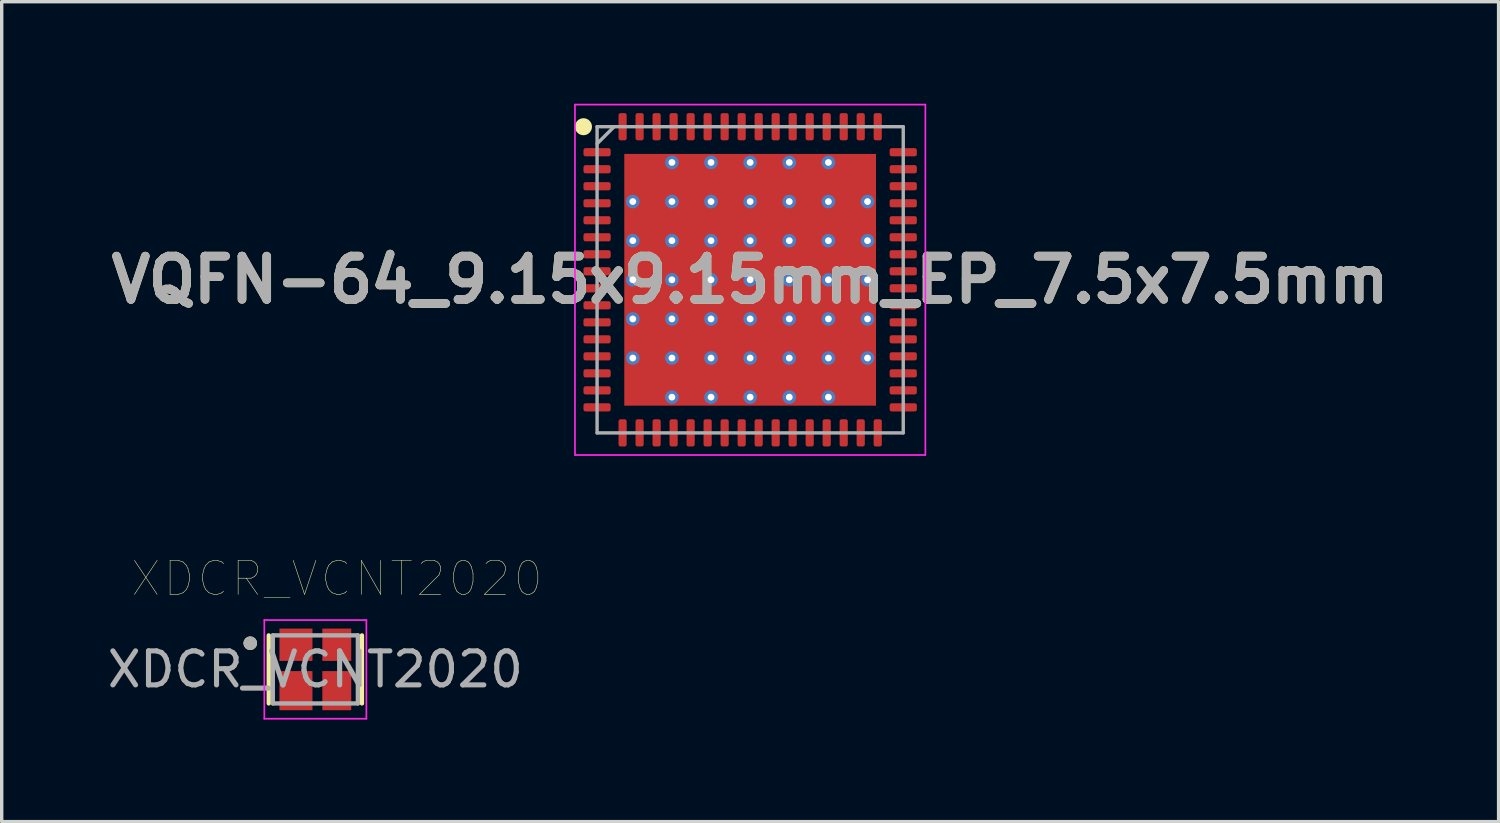
<source format=kicad_pcb>
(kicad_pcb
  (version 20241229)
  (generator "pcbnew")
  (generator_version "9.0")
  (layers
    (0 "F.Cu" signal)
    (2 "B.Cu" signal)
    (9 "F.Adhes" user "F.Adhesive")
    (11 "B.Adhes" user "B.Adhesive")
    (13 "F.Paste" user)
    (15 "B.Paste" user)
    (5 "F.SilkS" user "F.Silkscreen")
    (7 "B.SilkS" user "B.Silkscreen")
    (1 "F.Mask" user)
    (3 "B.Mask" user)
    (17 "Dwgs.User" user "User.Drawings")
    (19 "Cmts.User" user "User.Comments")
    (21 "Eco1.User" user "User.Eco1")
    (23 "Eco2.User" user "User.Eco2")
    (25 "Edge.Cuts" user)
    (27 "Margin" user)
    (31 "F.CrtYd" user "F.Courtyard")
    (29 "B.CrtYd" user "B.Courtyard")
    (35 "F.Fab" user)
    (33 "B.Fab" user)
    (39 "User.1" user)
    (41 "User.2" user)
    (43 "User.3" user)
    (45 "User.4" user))
  (footprint "VQFN-64_9.15x9.15mm_EP_7.5x7.5mm"
    (layer "F.Cu")
    (at 16.782 2.275)
    (property "Reference" "VQFN-64_9.15x9.15mm_EP_7.5x7.5mm" (at 2.22 2.9 0) (layer "F.SilkS") (effects (font (size 1.27 1.27) (thickness 0.254))))
    (attr smd)
    (fp_circle (center -2.68 -1.6) (end -2.68 -1.475) (stroke (width 0.25) (type solid)) (fill no) (layer "F.SilkS"))
    (fp_rect (start -1.16 -0.48) (end -0.2 0.48) (stroke (width 0.1) (type solid)) (fill yes) (layer "F.Paste"))
    (fp_rect (start -1.16 0.68) (end -0.2 1.64) (stroke (width 0.1) (type solid)) (fill yes) (layer "F.Paste"))
    (fp_rect (start -1.16 1.84) (end -0.2 2.8) (stroke (width 0.1) (type solid)) (fill yes) (layer "F.Paste"))
    (fp_rect (start -1.16 3) (end -0.2 3.96) (stroke (width 0.1) (type solid)) (fill yes) (layer "F.Paste"))
    (fp_rect (start -1.16 4.16) (end -0.2 5.12) (stroke (width 0.1) (type solid)) (fill yes) (layer "F.Paste"))
    (fp_rect (start -1.16 5.32) (end -0.2 6.28) (stroke (width 0.1) (type solid)) (fill yes) (layer "F.Paste"))
    (fp_rect (start 0 -0.48) (end 0.96 0.48) (stroke (width 0.1) (type solid)) (fill yes) (layer "F.Paste"))
    (fp_rect (start 0 0.68) (end 0.96 1.64) (stroke (width 0.1) (type solid)) (fill yes) (layer "F.Paste"))
    (fp_rect (start 0 1.84) (end 0.96 2.8) (stroke (width 0.1) (type solid)) (fill yes) (layer "F.Paste"))
    (fp_rect (start 0 3) (end 0.96 3.96) (stroke (width 0.1) (type solid)) (fill yes) (layer "F.Paste"))
    (fp_rect (start 0 4.16) (end 0.96 5.12) (stroke (width 0.1) (type solid)) (fill yes) (layer "F.Paste"))
    (fp_rect (start 0 5.32) (end 0.96 6.28) (stroke (width 0.1) (type solid)) (fill yes) (layer "F.Paste"))
    (fp_rect (start 1.16 -0.48) (end 2.12 0.48) (stroke (width 0.1) (type solid)) (fill yes) (layer "F.Paste"))
    (fp_rect (start 1.16 0.68) (end 2.12 1.64) (stroke (width 0.1) (type solid)) (fill yes) (layer "F.Paste"))
    (fp_rect (start 1.16 1.84) (end 2.12 2.8) (stroke (width 0.1) (type solid)) (fill yes) (layer "F.Paste"))
    (fp_rect (start 1.16 3) (end 2.12 3.96) (stroke (width 0.1) (type solid)) (fill yes) (layer "F.Paste"))
    (fp_rect (start 1.16 4.16) (end 2.12 5.12) (stroke (width 0.1) (type solid)) (fill yes) (layer "F.Paste"))
    (fp_rect (start 1.16 5.32) (end 2.12 6.28) (stroke (width 0.1) (type solid)) (fill yes) (layer "F.Paste"))
    (fp_rect (start 2.32 -0.48) (end 3.28 0.48) (stroke (width 0.1) (type solid)) (fill yes) (layer "F.Paste"))
    (fp_rect (start 2.32 0.68) (end 3.28 1.64) (stroke (width 0.1) (type solid)) (fill yes) (layer "F.Paste"))
    (fp_rect (start 2.32 1.84) (end 3.28 2.8) (stroke (width 0.1) (type solid)) (fill yes) (layer "F.Paste"))
    (fp_rect (start 2.32 3) (end 3.28 3.96) (stroke (width 0.1) (type solid)) (fill yes) (layer "F.Paste"))
    (fp_rect (start 2.32 4.16) (end 3.28 5.12) (stroke (width 0.1) (type solid)) (fill yes) (layer "F.Paste"))
    (fp_rect (start 2.32 5.32) (end 3.28 6.28) (stroke (width 0.1) (type solid)) (fill yes) (layer "F.Paste"))
    (fp_rect (start 3.48 -0.48) (end 4.44 0.48) (stroke (width 0.1) (type solid)) (fill yes) (layer "F.Paste"))
    (fp_rect (start 3.48 0.68) (end 4.44 1.64) (stroke (width 0.1) (type solid)) (fill yes) (layer "F.Paste"))
    (fp_rect (start 3.48 1.84) (end 4.44 2.8) (stroke (width 0.1) (type solid)) (fill yes) (layer "F.Paste"))
    (fp_rect (start 3.48 3) (end 4.44 3.96) (stroke (width 0.1) (type solid)) (fill yes) (layer "F.Paste"))
    (fp_rect (start 3.48 4.16) (end 4.44 5.12) (stroke (width 0.1) (type solid)) (fill yes) (layer "F.Paste"))
    (fp_rect (start 3.48 5.32) (end 4.44 6.28) (stroke (width 0.1) (type solid)) (fill yes) (layer "F.Paste"))
    (fp_rect (start 4.64 -0.48) (end 5.6 0.48) (stroke (width 0.1) (type solid)) (fill yes) (layer "F.Paste"))
    (fp_rect (start 4.64 0.68) (end 5.6 1.64) (stroke (width 0.1) (type solid)) (fill yes) (layer "F.Paste"))
    (fp_rect (start 4.64 1.84) (end 5.6 2.8) (stroke (width 0.1) (type solid)) (fill yes) (layer "F.Paste"))
    (fp_rect (start 4.64 3) (end 5.6 3.96) (stroke (width 0.1) (type solid)) (fill yes) (layer "F.Paste"))
    (fp_rect (start 4.64 4.16) (end 5.6 5.12) (stroke (width 0.1) (type solid)) (fill yes) (layer "F.Paste"))
    (fp_rect (start 4.64 5.32) (end 5.6 6.28) (stroke (width 0.1) (type solid)) (fill yes) (layer "F.Paste"))
    (fp_line (start -2.93 -2.25) (end 7.37 -2.25) (stroke (width 0.05) (type solid)) (layer "F.CrtYd"))
    (fp_line (start -2.93 8.05) (end -2.93 -2.25) (stroke (width 0.05) (type solid)) (layer "F.CrtYd"))
    (fp_line (start 7.37 -2.25) (end 7.37 8.05) (stroke (width 0.05) (type solid)) (layer "F.CrtYd"))
    (fp_line (start 7.37 8.05) (end -2.93 8.05) (stroke (width 0.05) (type solid)) (layer "F.CrtYd"))
    (fp_line (start -2.28 -1.6) (end 6.72 -1.6) (stroke (width 0.1) (type solid)) (layer "F.Fab"))
    (fp_line (start -2.28 -1.1) (end -1.78 -1.6) (stroke (width 0.1) (type solid)) (layer "F.Fab"))
    (fp_line (start -2.28 7.4) (end -2.28 -1.6) (stroke (width 0.1) (type solid)) (layer "F.Fab"))
    (fp_line (start 6.72 -1.6) (end 6.72 7.4) (stroke (width 0.1) (type solid)) (layer "F.Fab"))
    (fp_line (start 6.72 7.4) (end -2.28 7.4) (stroke (width 0.1) (type solid)) (layer "F.Fab"))
    (fp_text user "${REFERENCE}" (at 2.22 2.9 0) (layer "F.Fab") (effects (font (size 1.27 1.27) (thickness 0.254))))
    (pad "1" smd roundrect (at -2.28 -0.85 90) (size 0.24 0.8) (layers "F.Cu" "F.Mask" "F.Paste") (roundrect_rratio 0.25))
    (pad "2" smd roundrect (at -2.28 -0.35 90) (size 0.24 0.8) (layers "F.Cu" "F.Mask" "F.Paste") (roundrect_rratio 0.25))
    (pad "3" smd roundrect (at -2.28 0.15 90) (size 0.24 0.8) (layers "F.Cu" "F.Mask" "F.Paste") (roundrect_rratio 0.25))
    (pad "4" smd roundrect (at -2.28 0.65 90) (size 0.24 0.8) (layers "F.Cu" "F.Mask" "F.Paste") (roundrect_rratio 0.25))
    (pad "5" smd roundrect (at -2.28 1.15 90) (size 0.24 0.8) (layers "F.Cu" "F.Mask" "F.Paste") (roundrect_rratio 0.25))
    (pad "6" smd roundrect (at -2.28 1.65 90) (size 0.24 0.8) (layers "F.Cu" "F.Mask" "F.Paste") (roundrect_rratio 0.25))
    (pad "7" smd roundrect (at -2.28 2.15 90) (size 0.24 0.8) (layers "F.Cu" "F.Mask" "F.Paste") (roundrect_rratio 0.25))
    (pad "8" smd roundrect (at -2.28 2.65 90) (size 0.24 0.8) (layers "F.Cu" "F.Mask" "F.Paste") (roundrect_rratio 0.25))
    (pad "9" smd roundrect (at -2.28 3.15 90) (size 0.24 0.8) (layers "F.Cu" "F.Mask" "F.Paste") (roundrect_rratio 0.25))
    (pad "10" smd roundrect (at -2.28 3.65 90) (size 0.24 0.8) (layers "F.Cu" "F.Mask" "F.Paste") (roundrect_rratio 0.25))
    (pad "11" smd roundrect (at -2.28 4.15 90) (size 0.24 0.8) (layers "F.Cu" "F.Mask" "F.Paste") (roundrect_rratio 0.25))
    (pad "12" smd roundrect (at -2.28 4.65 90) (size 0.24 0.8) (layers "F.Cu" "F.Mask" "F.Paste") (roundrect_rratio 0.25))
    (pad "13" smd roundrect (at -2.28 5.15 90) (size 0.24 0.8) (layers "F.Cu" "F.Mask" "F.Paste") (roundrect_rratio 0.25))
    (pad "14" smd roundrect (at -2.28 5.65 90) (size 0.24 0.8) (layers "F.Cu" "F.Mask" "F.Paste") (roundrect_rratio 0.25))
    (pad "15" smd roundrect (at -2.28 6.15 90) (size 0.24 0.8) (layers "F.Cu" "F.Mask" "F.Paste") (roundrect_rratio 0.25))
    (pad "16" smd roundrect (at -2.28 6.65 90) (size 0.24 0.8) (layers "F.Cu" "F.Mask" "F.Paste") (roundrect_rratio 0.25))
    (pad "17" smd roundrect (at -1.53 7.4) (size 0.24 0.8) (layers "F.Cu" "F.Mask" "F.Paste") (roundrect_rratio 0.25))
    (pad "18" smd roundrect (at -1.03 7.4) (size 0.24 0.8) (layers "F.Cu" "F.Mask" "F.Paste") (roundrect_rratio 0.25))
    (pad "19" smd roundrect (at -0.53 7.4) (size 0.24 0.8) (layers "F.Cu" "F.Mask" "F.Paste") (roundrect_rratio 0.25))
    (pad "20" smd roundrect (at -0.03 7.4) (size 0.24 0.8) (layers "F.Cu" "F.Mask" "F.Paste") (roundrect_rratio 0.25))
    (pad "21" smd roundrect (at 0.47 7.4) (size 0.24 0.8) (layers "F.Cu" "F.Mask" "F.Paste") (roundrect_rratio 0.25))
    (pad "22" smd roundrect (at 0.97 7.4) (size 0.24 0.8) (layers "F.Cu" "F.Mask" "F.Paste") (roundrect_rratio 0.25))
    (pad "23" smd roundrect (at 1.47 7.4) (size 0.24 0.8) (layers "F.Cu" "F.Mask" "F.Paste") (roundrect_rratio 0.25))
    (pad "24" smd roundrect (at 1.97 7.4) (size 0.24 0.8) (layers "F.Cu" "F.Mask" "F.Paste") (roundrect_rratio 0.25))
    (pad "25" smd roundrect (at 2.47 7.4) (size 0.24 0.8) (layers "F.Cu" "F.Mask" "F.Paste") (roundrect_rratio 0.25))
    (pad "26" smd roundrect (at 2.97 7.4) (size 0.24 0.8) (layers "F.Cu" "F.Mask" "F.Paste") (roundrect_rratio 0.25))
    (pad "27" smd roundrect (at 3.47 7.4) (size 0.24 0.8) (layers "F.Cu" "F.Mask" "F.Paste") (roundrect_rratio 0.25))
    (pad "28" smd roundrect (at 3.97 7.4) (size 0.24 0.8) (layers "F.Cu" "F.Mask" "F.Paste") (roundrect_rratio 0.25))
    (pad "29" smd roundrect (at 4.47 7.4) (size 0.24 0.8) (layers "F.Cu" "F.Mask" "F.Paste") (roundrect_rratio 0.25))
    (pad "30" smd roundrect (at 4.97 7.4) (size 0.24 0.8) (layers "F.Cu" "F.Mask" "F.Paste") (roundrect_rratio 0.25))
    (pad "31" smd roundrect (at 5.47 7.4) (size 0.24 0.8) (layers "F.Cu" "F.Mask" "F.Paste") (roundrect_rratio 0.25))
    (pad "32" smd roundrect (at 5.97 7.4) (size 0.24 0.8) (layers "F.Cu" "F.Mask" "F.Paste") (roundrect_rratio 0.25))
    (pad "33" smd roundrect (at 6.72 6.65 90) (size 0.24 0.8) (layers "F.Cu" "F.Mask" "F.Paste") (roundrect_rratio 0.25))
    (pad "34" smd roundrect (at 6.72 6.15 90) (size 0.24 0.8) (layers "F.Cu" "F.Mask" "F.Paste") (roundrect_rratio 0.25))
    (pad "35" smd roundrect (at 6.72 5.65 90) (size 0.24 0.8) (layers "F.Cu" "F.Mask" "F.Paste") (roundrect_rratio 0.25))
    (pad "36" smd roundrect (at 6.72 5.15 90) (size 0.24 0.8) (layers "F.Cu" "F.Mask" "F.Paste") (roundrect_rratio 0.25))
    (pad "37" smd roundrect (at 6.72 4.65 90) (size 0.24 0.8) (layers "F.Cu" "F.Mask" "F.Paste") (roundrect_rratio 0.25))
    (pad "38" smd roundrect (at 6.72 4.15 90) (size 0.24 0.8) (layers "F.Cu" "F.Mask" "F.Paste") (roundrect_rratio 0.25))
    (pad "39" smd roundrect (at 6.72 3.65 90) (size 0.24 0.8) (layers "F.Cu" "F.Mask" "F.Paste") (roundrect_rratio 0.25))
    (pad "40" smd roundrect (at 6.72 3.15 90) (size 0.24 0.8) (layers "F.Cu" "F.Mask" "F.Paste") (roundrect_rratio 0.25))
    (pad "41" smd roundrect (at 6.72 2.65 90) (size 0.24 0.8) (layers "F.Cu" "F.Mask" "F.Paste") (roundrect_rratio 0.25))
    (pad "42" smd roundrect (at 6.72 2.15 90) (size 0.24 0.8) (layers "F.Cu" "F.Mask" "F.Paste") (roundrect_rratio 0.25))
    (pad "43" smd roundrect (at 6.72 1.65 90) (size 0.24 0.8) (layers "F.Cu" "F.Mask" "F.Paste") (roundrect_rratio 0.25))
    (pad "44" smd roundrect (at 6.72 1.15 90) (size 0.24 0.8) (layers "F.Cu" "F.Mask" "F.Paste") (roundrect_rratio 0.25))
    (pad "45" smd roundrect (at 6.72 0.65 90) (size 0.24 0.8) (layers "F.Cu" "F.Mask" "F.Paste") (roundrect_rratio 0.25))
    (pad "46" smd roundrect (at 6.72 0.15 90) (size 0.24 0.8) (layers "F.Cu" "F.Mask" "F.Paste") (roundrect_rratio 0.25))
    (pad "47" smd roundrect (at 6.72 -0.35 90) (size 0.24 0.8) (layers "F.Cu" "F.Mask" "F.Paste") (roundrect_rratio 0.25))
    (pad "48" smd roundrect (at 6.72 -0.85 90) (size 0.24 0.8) (layers "F.Cu" "F.Mask" "F.Paste") (roundrect_rratio 0.25))
    (pad "49" smd roundrect (at 5.97 -1.6) (size 0.24 0.8) (layers "F.Cu" "F.Mask" "F.Paste") (roundrect_rratio 0.25))
    (pad "50" smd roundrect (at 5.47 -1.6) (size 0.24 0.8) (layers "F.Cu" "F.Mask" "F.Paste") (roundrect_rratio 0.25))
    (pad "51" smd roundrect (at 4.97 -1.6) (size 0.24 0.8) (layers "F.Cu" "F.Mask" "F.Paste") (roundrect_rratio 0.25))
    (pad "52" smd roundrect (at 4.47 -1.6) (size 0.24 0.8) (layers "F.Cu" "F.Mask" "F.Paste") (roundrect_rratio 0.25))
    (pad "53" smd roundrect (at 3.97 -1.6) (size 0.24 0.8) (layers "F.Cu" "F.Mask" "F.Paste") (roundrect_rratio 0.25))
    (pad "54" smd roundrect (at 3.47 -1.6) (size 0.24 0.8) (layers "F.Cu" "F.Mask" "F.Paste") (roundrect_rratio 0.25))
    (pad "55" smd roundrect (at 2.97 -1.6) (size 0.24 0.8) (layers "F.Cu" "F.Mask" "F.Paste") (roundrect_rratio 0.25))
    (pad "56" smd roundrect (at 2.47 -1.6) (size 0.24 0.8) (layers "F.Cu" "F.Mask" "F.Paste") (roundrect_rratio 0.25))
    (pad "57" smd roundrect (at 1.97 -1.6) (size 0.24 0.8) (layers "F.Cu" "F.Mask" "F.Paste") (roundrect_rratio 0.25))
    (pad "58" smd roundrect (at 1.47 -1.6) (size 0.24 0.8) (layers "F.Cu" "F.Mask" "F.Paste") (roundrect_rratio 0.25))
    (pad "59" smd roundrect (at 0.97 -1.6) (size 0.24 0.8) (layers "F.Cu" "F.Mask" "F.Paste") (roundrect_rratio 0.25))
    (pad "60" smd roundrect (at 0.47 -1.6) (size 0.24 0.8) (layers "F.Cu" "F.Mask" "F.Paste") (roundrect_rratio 0.25))
    (pad "61" smd roundrect (at -0.03 -1.6) (size 0.24 0.8) (layers "F.Cu" "F.Mask" "F.Paste") (roundrect_rratio 0.25))
    (pad "62" smd roundrect (at -0.53 -1.6) (size 0.24 0.8) (layers "F.Cu" "F.Mask" "F.Paste") (roundrect_rratio 0.25))
    (pad "63" smd roundrect (at -1.03 -1.6) (size 0.24 0.8) (layers "F.Cu" "F.Mask" "F.Paste") (roundrect_rratio 0.25))
    (pad "64" smd roundrect (at -1.53 -1.6) (size 0.24 0.8) (layers "F.Cu" "F.Mask" "F.Paste") (roundrect_rratio 0.25))
    (pad "65" thru_hole circle (at -1.23 0.6) (size 0.4 0.4) (drill 0.2) (layers "*.Cu" "*.Mask"))
    (pad "65" thru_hole circle (at -1.23 1.75) (size 0.4 0.4) (drill 0.2) (layers "*.Cu" "*.Mask"))
    (pad "65" thru_hole circle (at -1.23 2.9) (size 0.4 0.4) (drill 0.2) (layers "*.Cu" "*.Mask"))
    (pad "65" thru_hole circle (at -1.23 4.05) (size 0.4 0.4) (drill 0.2) (layers "*.Cu" "*.Mask"))
    (pad "65" thru_hole circle (at -1.23 5.2) (size 0.4 0.4) (drill 0.2) (layers "*.Cu" "*.Mask"))
    (pad "65" thru_hole circle (at -0.08 -0.55) (size 0.4 0.4) (drill 0.2) (layers "*.Cu" "*.Mask"))
    (pad "65" thru_hole circle (at -0.08 0.6) (size 0.4 0.4) (drill 0.2) (layers "*.Cu" "*.Mask"))
    (pad "65" thru_hole circle (at -0.08 1.75) (size 0.4 0.4) (drill 0.2) (layers "*.Cu" "*.Mask"))
    (pad "65" thru_hole circle (at -0.08 2.9) (size 0.4 0.4) (drill 0.2) (layers "*.Cu" "*.Mask"))
    (pad "65" thru_hole circle (at -0.08 4.05) (size 0.4 0.4) (drill 0.2) (layers "*.Cu" "*.Mask"))
    (pad "65" thru_hole circle (at -0.08 5.2) (size 0.4 0.4) (drill 0.2) (layers "*.Cu" "*.Mask"))
    (pad "65" thru_hole circle (at -0.08 6.35) (size 0.4 0.4) (drill 0.2) (layers "*.Cu" "*.Mask"))
    (pad "65" thru_hole circle (at 1.07 -0.55) (size 0.4 0.4) (drill 0.2) (layers "*.Cu" "*.Mask"))
    (pad "65" thru_hole circle (at 1.07 0.6) (size 0.4 0.4) (drill 0.2) (layers "*.Cu" "*.Mask"))
    (pad "65" thru_hole circle (at 1.07 1.75) (size 0.4 0.4) (drill 0.2) (layers "*.Cu" "*.Mask"))
    (pad "65" thru_hole circle (at 1.07 2.9) (size 0.4 0.4) (drill 0.2) (layers "*.Cu" "*.Mask"))
    (pad "65" thru_hole circle (at 1.07 4.05) (size 0.4 0.4) (drill 0.2) (layers "*.Cu" "*.Mask"))
    (pad "65" thru_hole circle (at 1.07 5.2) (size 0.4 0.4) (drill 0.2) (layers "*.Cu" "*.Mask"))
    (pad "65" thru_hole circle (at 1.07 6.35) (size 0.4 0.4) (drill 0.2) (layers "*.Cu" "*.Mask"))
    (pad "65" thru_hole circle (at 2.22 -0.55) (size 0.4 0.4) (drill 0.2) (layers "*.Cu" "*.Mask"))
    (pad "65" thru_hole circle (at 2.22 0.6) (size 0.4 0.4) (drill 0.2) (layers "*.Cu" "*.Mask"))
    (pad "65" thru_hole circle (at 2.22 1.75) (size 0.4 0.4) (drill 0.2) (layers "*.Cu" "*.Mask"))
    (pad "65" thru_hole circle (at 2.22 2.9) (size 0.4 0.4) (drill 0.2) (layers "*.Cu" "*.Mask"))
    (pad "65" smd rect (at 2.22 2.9) (size 7.4 7.4) (layers "F.Cu" "F.Mask"))
    (pad "65" thru_hole circle (at 2.22 4.05) (size 0.4 0.4) (drill 0.2) (layers "*.Cu" "*.Mask"))
    (pad "65" thru_hole circle (at 2.22 5.2) (size 0.4 0.4) (drill 0.2) (layers "*.Cu" "*.Mask"))
    (pad "65" thru_hole circle (at 2.22 6.35) (size 0.4 0.4) (drill 0.2) (layers "*.Cu" "*.Mask"))
    (pad "65" thru_hole circle (at 3.37 -0.55) (size 0.4 0.4) (drill 0.2) (layers "*.Cu" "*.Mask"))
    (pad "65" thru_hole circle (at 3.37 0.6) (size 0.4 0.4) (drill 0.2) (layers "*.Cu" "*.Mask"))
    (pad "65" thru_hole circle (at 3.37 1.75) (size 0.4 0.4) (drill 0.2) (layers "*.Cu" "*.Mask"))
    (pad "65" thru_hole circle (at 3.37 2.9) (size 0.4 0.4) (drill 0.2) (layers "*.Cu" "*.Mask"))
    (pad "65" thru_hole circle (at 3.37 4.05) (size 0.4 0.4) (drill 0.2) (layers "*.Cu" "*.Mask"))
    (pad "65" thru_hole circle (at 3.37 5.2) (size 0.4 0.4) (drill 0.2) (layers "*.Cu" "*.Mask"))
    (pad "65" thru_hole circle (at 3.37 6.35) (size 0.4 0.4) (drill 0.2) (layers "*.Cu" "*.Mask"))
    (pad "65" thru_hole circle (at 4.52 -0.55) (size 0.4 0.4) (drill 0.2) (layers "*.Cu" "*.Mask"))
    (pad "65" thru_hole circle (at 4.52 0.6) (size 0.4 0.4) (drill 0.2) (layers "*.Cu" "*.Mask"))
    (pad "65" thru_hole circle (at 4.52 1.75) (size 0.4 0.4) (drill 0.2) (layers "*.Cu" "*.Mask"))
    (pad "65" thru_hole circle (at 4.52 2.9) (size 0.4 0.4) (drill 0.2) (layers "*.Cu" "*.Mask"))
    (pad "65" thru_hole circle (at 4.52 4.05) (size 0.4 0.4) (drill 0.2) (layers "*.Cu" "*.Mask"))
    (pad "65" thru_hole circle (at 4.52 5.2) (size 0.4 0.4) (drill 0.2) (layers "*.Cu" "*.Mask"))
    (pad "65" thru_hole circle (at 4.52 6.35) (size 0.4 0.4) (drill 0.2) (layers "*.Cu" "*.Mask"))
    (pad "65" thru_hole circle (at 5.67 0.6) (size 0.4 0.4) (drill 0.2) (layers "*.Cu" "*.Mask"))
    (pad "65" thru_hole circle (at 5.67 1.75) (size 0.4 0.4) (drill 0.2) (layers "*.Cu" "*.Mask"))
    (pad "65" thru_hole circle (at 5.67 2.9) (size 0.4 0.4) (drill 0.2) (layers "*.Cu" "*.Mask"))
    (pad "65" thru_hole circle (at 5.67 4.05) (size 0.4 0.4) (drill 0.2) (layers "*.Cu" "*.Mask"))
    (pad "65" thru_hole circle (at 5.67 5.2) (size 0.4 0.4) (drill 0.2) (layers "*.Cu" "*.Mask")))
  (footprint "XDCR_VCNT2020"
    (layer "F.Cu")
    (at 6.22 16.628)
    (property "Reference" "XDCR_VCNT2020" (at 0.635 -2.667 0) (layer "F.SilkS") (effects (font (size 1 1) (thickness 0.015))))
    (attr through_hole)
    (fp_line (start -1.37 -1) (end -1.37 1) (stroke (width 0.127) (type solid)) (layer "F.SilkS"))
    (fp_line (start 1.37 -1) (end 1.37 1) (stroke (width 0.127) (type solid)) (layer "F.SilkS"))
    (fp_circle (center -1.914 -0.77) (end -1.814 -0.77) (stroke (width 0.2) (type solid)) (fill no) (layer "F.SilkS"))
    (fp_line (start -1.5 -1.45) (end -1.5 1.45) (stroke (width 0.05) (type solid)) (layer "F.CrtYd"))
    (fp_line (start 1.5 -1.45) (end -1.5 -1.45) (stroke (width 0.05) (type solid)) (layer "F.CrtYd"))
    (fp_line (start 1.5 -1.45) (end 1.5 1.45) (stroke (width 0.05) (type solid)) (layer "F.CrtYd"))
    (fp_line (start 1.5 1.45) (end -1.5 1.45) (stroke (width 0.05) (type solid)) (layer "F.CrtYd"))
    (fp_line (start -1.25 -1) (end -1.25 1) (stroke (width 0.127) (type solid)) (layer "F.Fab"))
    (fp_line (start 1.25 -1) (end -1.25 -1) (stroke (width 0.127) (type solid)) (layer "F.Fab"))
    (fp_line (start 1.25 -1) (end 1.25 1) (stroke (width 0.127) (type solid)) (layer "F.Fab"))
    (fp_line (start 1.25 1) (end -1.25 1) (stroke (width 0.127) (type solid)) (layer "F.Fab"))
    (fp_circle (center -1.914 -0.77) (end -1.814 -0.77) (stroke (width 0.2) (type solid)) (fill no) (layer "F.Fab"))
    (fp_text user "${REFERENCE}" (at 0 0 0) (unlocked yes) (layer "F.Fab") (effects (font (size 1 1) (thickness 0.15))))
    (pad "1" smd rect (at -0.57 -0.725) (size 0.97 0.95) (layers "F.Cu" "F.Mask" "F.Paste"))
    (pad "2" smd rect (at -0.57 0.625) (size 0.97 1.15) (layers "F.Cu" "F.Mask" "F.Paste"))
    (pad "3" smd rect (at 0.63 -0.725) (size 0.85 0.95) (layers "F.Cu" "F.Mask" "F.Paste"))
    (pad "4" smd rect (at 0.63 0.625) (size 0.85 1.15) (layers "F.Cu" "F.Mask" "F.Paste")))
  (gr_rect
    (start -3 -3)
    (end 41.003 21.103)
    (stroke (width 0.1) (type default))
    (fill no)
    (layer "Edge.Cuts")))
</source>
